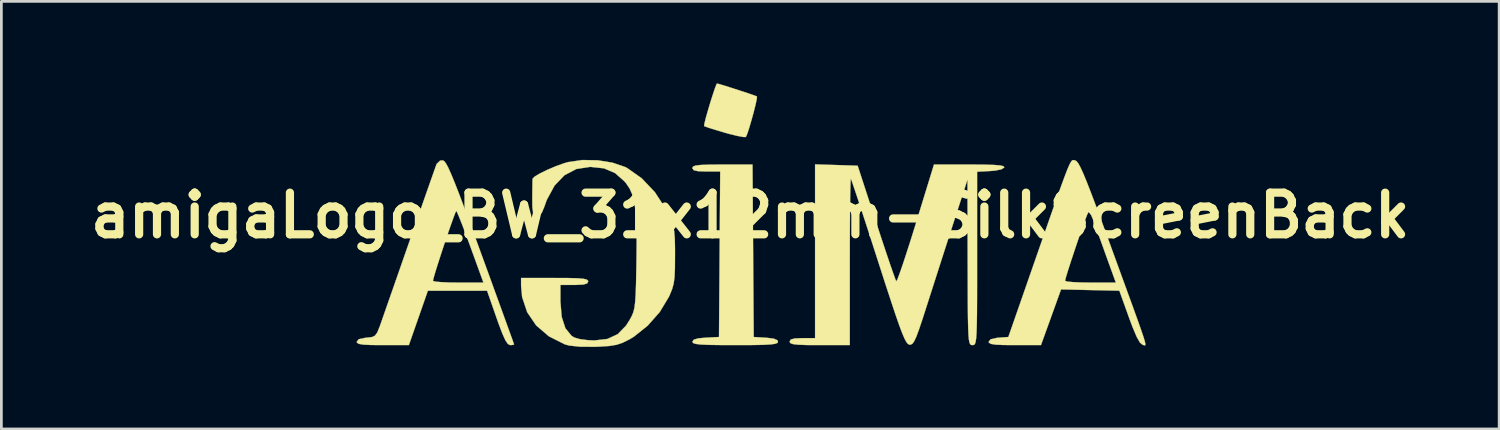
<source format=kicad_pcb>
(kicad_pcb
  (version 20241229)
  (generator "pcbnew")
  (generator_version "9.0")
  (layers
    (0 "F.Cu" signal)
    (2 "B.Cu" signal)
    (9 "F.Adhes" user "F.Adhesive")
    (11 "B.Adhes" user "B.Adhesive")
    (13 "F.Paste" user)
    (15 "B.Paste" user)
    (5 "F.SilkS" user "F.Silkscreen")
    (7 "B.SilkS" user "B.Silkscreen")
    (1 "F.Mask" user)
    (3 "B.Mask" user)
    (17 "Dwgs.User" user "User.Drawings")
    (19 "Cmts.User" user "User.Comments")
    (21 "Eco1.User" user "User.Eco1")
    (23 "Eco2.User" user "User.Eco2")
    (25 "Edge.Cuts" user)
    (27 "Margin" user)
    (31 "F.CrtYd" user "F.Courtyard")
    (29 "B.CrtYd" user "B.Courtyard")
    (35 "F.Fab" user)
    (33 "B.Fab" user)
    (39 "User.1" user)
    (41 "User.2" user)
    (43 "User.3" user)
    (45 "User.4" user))
  (footprint "amigaLogo_BW_31x12mm-SilkScreenBack"
    (layer "F.Cu")
    (at 24.391 4.831)
    (property "Reference" "amigaLogo_BW_31x12mm-SilkScreenBack" (at 0 0 0) (layer "F.SilkS") (effects (font (size 1.524 1.524) (thickness 0.3))))
    (attr through_hole)
    (fp_poly (pts (xy -1.121 -4.802) (xy -0.912 -4.739) (xy -0.635 -4.651) (xy -0.336 -4.554) (xy -0.06 -4.463) (xy 0.149 -4.391) (xy 0.244 -4.354) (xy 0.245 -4.353) (xy 0.239 -4.263) (xy 0.195 -4.058) (xy 0.126 -3.781) (xy 0.043 -3.479) (xy -0.04 -3.196) (xy -0.112 -2.979) (xy -0.16 -2.872) (xy -0.161 -2.871) (xy -0.26 -2.871) (xy -0.48 -2.912) (xy -0.783 -2.987) (xy -0.931 -3.029) (xy -1.257 -3.125) (xy -1.514 -3.206) (xy -1.665 -3.26) (xy -1.688 -3.271) (xy -1.677 -3.357) (xy -1.627 -3.559) (xy -1.549 -3.835) (xy -1.458 -4.141) (xy -1.365 -4.434) (xy -1.285 -4.671) (xy -1.23 -4.808) (xy -1.216 -4.826) (xy -1.121 -4.802)) (stroke (width 0.01) (type solid)) (fill yes) (layer "F.SilkS"))
    (fp_poly (pts (xy 0.105 1.291) (xy 0.127 4.445) (xy 0.572 4.471) (xy 0.855 4.503) (xy 0.993 4.563) (xy 1.016 4.619) (xy 0.992 4.663) (xy 0.906 4.695) (xy 0.737 4.717) (xy 0.464 4.732) (xy 0.066 4.739) (xy -0.478 4.741) (xy -0.55 4.741) (xy -1.112 4.739) (xy -1.526 4.733) (xy -1.812 4.72) (xy -1.992 4.698) (xy -2.086 4.667) (xy -2.116 4.625) (xy -2.117 4.619) (xy -2.064 4.541) (xy -1.89 4.493) (xy -1.63 4.47) (xy -1.143 4.445) (xy -1.121 1.418) (xy -1.099 -1.609) (xy -1.608 -1.609) (xy -1.903 -1.618) (xy -2.062 -1.653) (xy -2.116 -1.72) (xy -2.117 -1.736) (xy -2.092 -1.789) (xy -2.002 -1.825) (xy -1.821 -1.847) (xy -1.524 -1.859) (xy -1.086 -1.863) (xy -1.017 -1.863) (xy 0.083 -1.863) (xy 0.105 1.291)) (stroke (width 0.01) (type solid)) (fill yes) (layer "F.SilkS"))
    (fp_poly (pts (xy 11.856 -2.02) (xy 11.88 -2.015) (xy 11.931 -1.988) (xy 11.993 -1.912) (xy 12.071 -1.773) (xy 12.171 -1.558) (xy 12.298 -1.252) (xy 12.458 -0.843) (xy 12.657 -0.316) (xy 12.9 0.342) (xy 13.194 1.144) (xy 13.224 1.228) (xy 13.532 2.074) (xy 13.787 2.774) (xy 13.994 3.342) (xy 14.156 3.792) (xy 14.278 4.136) (xy 14.365 4.389) (xy 14.42 4.563) (xy 14.448 4.673) (xy 14.453 4.732) (xy 14.44 4.753) (xy 14.413 4.75) (xy 14.377 4.737) (xy 14.347 4.728) (xy 14.253 4.649) (xy 14.134 4.439) (xy 13.984 4.084) (xy 13.85 3.725) (xy 13.501 2.752) (xy 11.368 2.704) (xy 11.001 3.723) (xy 10.633 4.741) (xy 9.677 4.741) (xy 9.251 4.738) (xy 8.968 4.724) (xy 8.804 4.697) (xy 8.731 4.654) (xy 8.721 4.619) (xy 8.795 4.527) (xy 9.024 4.476) (xy 9.081 4.471) (xy 9.44 4.445) (xy 10.156 2.392) (xy 11.515 2.392) (xy 11.594 2.417) (xy 11.808 2.438) (xy 12.123 2.451) (xy 12.443 2.455) (xy 13.372 2.455) (xy 13.027 1.503) (xy 12.878 1.088) (xy 12.736 0.694) (xy 12.619 0.368) (xy 12.554 0.184) (xy 12.467 -0.017) (xy 12.389 -0.115) (xy 12.362 -0.113) (xy 12.317 -0.015) (xy 12.232 0.21) (xy 12.119 0.525) (xy 11.99 0.898) (xy 11.857 1.292) (xy 11.731 1.672) (xy 11.624 2.005) (xy 11.548 2.254) (xy 11.515 2.385) (xy 11.515 2.392) (xy 10.156 2.392) (xy 10.178 2.328) (xy 10.508 1.381) (xy 10.787 0.581) (xy 11.019 -0.084) (xy 11.21 -0.627) (xy 11.365 -1.058) (xy 11.487 -1.392) (xy 11.582 -1.64) (xy 11.655 -1.815) (xy 11.711 -1.929) (xy 11.754 -1.994) (xy 11.789 -2.022) (xy 11.822 -2.027) (xy 11.856 -2.02)) (stroke (width 0.01) (type solid)) (fill yes) (layer "F.SilkS"))
    (fp_poly (pts (xy -11.191 -1.985) (xy -11.127 -1.9) (xy -11.045 -1.747) (xy -10.939 -1.512) (xy -10.804 -1.184) (xy -10.634 -0.748) (xy -10.425 -0.192) (xy -10.17 0.497) (xy -9.865 1.333) (xy -9.857 1.355) (xy -9.597 2.068) (xy -9.357 2.73) (xy -9.141 3.324) (xy -8.956 3.835) (xy -8.808 4.245) (xy -8.702 4.537) (xy -8.646 4.696) (xy -8.638 4.72) (xy -8.706 4.738) (xy -8.784 4.741) (xy -8.864 4.7) (xy -8.956 4.565) (xy -9.069 4.316) (xy -9.214 3.931) (xy -9.279 3.746) (xy -9.626 2.752) (xy -11.791 2.752) (xy -12.139 3.747) (xy -12.487 4.741) (xy -13.44 4.741) (xy -13.866 4.738) (xy -14.147 4.724) (xy -14.311 4.697) (xy -14.384 4.654) (xy -14.393 4.619) (xy -14.317 4.525) (xy -14.084 4.475) (xy -14.04 4.471) (xy -13.853 4.451) (xy -13.733 4.402) (xy -13.645 4.287) (xy -13.556 4.068) (xy -13.494 3.895) (xy -13.418 3.677) (xy -13.295 3.324) (xy -13.133 2.861) (xy -12.969 2.392) (xy -11.605 2.392) (xy -11.524 2.418) (xy -11.308 2.438) (xy -10.992 2.452) (xy -10.679 2.455) (xy -9.759 2.455) (xy -10.235 1.143) (xy -10.396 0.706) (xy -10.539 0.331) (xy -10.653 0.045) (xy -10.728 -0.128) (xy -10.753 -0.166) (xy -10.791 -0.09) (xy -10.868 0.115) (xy -10.975 0.415) (xy -11.099 0.776) (xy -11.23 1.167) (xy -11.356 1.553) (xy -11.467 1.901) (xy -11.552 2.179) (xy -11.599 2.353) (xy -11.605 2.392) (xy -12.969 2.392) (xy -12.941 2.312) (xy -12.729 1.704) (xy -12.504 1.059) (xy -12.415 0.804) (xy -12.196 0.177) (xy -11.993 -0.404) (xy -11.813 -0.918) (xy -11.663 -1.344) (xy -11.551 -1.661) (xy -11.484 -1.849) (xy -11.469 -1.888) (xy -11.343 -2.007) (xy -11.241 -2.015) (xy -11.191 -1.985)) (stroke (width 0.01) (type solid)) (fill yes) (layer "F.SilkS"))
    (fp_poly (pts (xy 3.15 -1.845) (xy 3.929 -1.82) (xy 4.61 0.271) (xy 4.796 0.836) (xy 4.966 1.346) (xy 5.113 1.781) (xy 5.23 2.117) (xy 5.309 2.335) (xy 5.342 2.41) (xy 5.379 2.345) (xy 5.458 2.138) (xy 5.572 1.811) (xy 5.713 1.382) (xy 5.877 0.873) (xy 6.054 0.304) (xy 6.056 0.297) (xy 6.72 -1.863) (xy 8.024 -1.863) (xy 8.541 -1.86) (xy 8.908 -1.849) (xy 9.144 -1.83) (xy 9.266 -1.8) (xy 9.293 -1.758) (xy 9.293 -1.757) (xy 9.189 -1.689) (xy 8.953 -1.64) (xy 8.777 -1.626) (xy 8.297 -1.6) (xy 8.297 1.571) (xy 8.297 2.386) (xy 8.296 3.048) (xy 8.293 3.573) (xy 8.287 3.977) (xy 8.277 4.274) (xy 8.264 4.483) (xy 8.244 4.618) (xy 8.219 4.695) (xy 8.187 4.731) (xy 8.147 4.741) (xy 8.128 4.741) (xy 8.084 4.737) (xy 8.048 4.713) (xy 8.019 4.652) (xy 7.997 4.54) (xy 7.981 4.358) (xy 7.97 4.092) (xy 7.962 3.724) (xy 7.957 3.238) (xy 7.955 2.618) (xy 7.953 1.847) (xy 7.952 1.714) (xy 7.946 -1.312) (xy 7.451 0.212) (xy 7.247 0.842) (xy 7.016 1.559) (xy 6.781 2.292) (xy 6.564 2.968) (xy 6.476 3.243) (xy 6.305 3.775) (xy 6.174 4.165) (xy 6.074 4.434) (xy 5.995 4.603) (xy 5.929 4.694) (xy 5.866 4.726) (xy 5.821 4.725) (xy 5.77 4.7) (xy 5.712 4.631) (xy 5.643 4.504) (xy 5.557 4.302) (xy 5.448 4.012) (xy 5.311 3.619) (xy 5.141 3.108) (xy 4.93 2.465) (xy 4.683 1.698) (xy 4.464 1.018) (xy 4.261 0.39) (xy 4.078 -0.168) (xy 3.923 -0.639) (xy 3.801 -1.003) (xy 3.719 -1.244) (xy 3.681 -1.342) (xy 3.68 -1.343) (xy 3.671 -1.271) (xy 3.663 -1.048) (xy 3.655 -0.693) (xy 3.649 -0.224) (xy 3.645 0.341) (xy 3.642 0.982) (xy 3.641 1.679) (xy 3.641 4.741) (xy 2.54 4.741) (xy 2.082 4.739) (xy 1.767 4.728) (xy 1.572 4.707) (xy 1.472 4.673) (xy 1.44 4.622) (xy 1.439 4.614) (xy 1.481 4.538) (xy 1.628 4.498) (xy 1.905 4.487) (xy 2.371 4.487) (xy 2.371 -1.869) (xy 3.15 -1.845)) (stroke (width 0.01) (type solid)) (fill yes) (layer "F.SilkS"))
    (fp_poly (pts (xy -5.578 -2.018) (xy -5.033 -1.93) (xy -4.569 -1.77) (xy -4.503 -1.736) (xy -3.968 -1.359) (xy -3.488 -0.852) (xy -3.097 -0.254) (xy -3.021 -0.104) (xy -2.906 0.149) (xy -2.829 0.36) (xy -2.783 0.574) (xy -2.76 0.837) (xy -2.752 1.195) (xy -2.752 1.482) (xy -2.755 1.929) (xy -2.769 2.251) (xy -2.801 2.492) (xy -2.858 2.697) (xy -2.946 2.911) (xy -2.979 2.982) (xy -3.31 3.531) (xy -3.754 4.033) (xy -4.259 4.436) (xy -4.422 4.533) (xy -4.663 4.653) (xy -4.887 4.729) (xy -5.151 4.773) (xy -5.509 4.797) (xy -5.673 4.803) (xy -6.216 4.801) (xy -6.618 4.758) (xy -6.783 4.714) (xy -7.367 4.419) (xy -7.829 4.023) (xy -8.158 3.54) (xy -8.344 2.985) (xy -8.382 2.569) (xy -8.382 2.286) (xy -7.154 2.286) (xy -6.667 2.288) (xy -6.324 2.297) (xy -6.104 2.315) (xy -5.981 2.344) (xy -5.931 2.388) (xy -5.927 2.413) (xy -5.966 2.487) (xy -6.104 2.526) (xy -6.373 2.54) (xy -6.435 2.54) (xy -6.943 2.54) (xy -6.943 3.154) (xy -6.897 3.708) (xy -6.762 4.124) (xy -6.539 4.399) (xy -6.435 4.464) (xy -6.235 4.522) (xy -5.941 4.561) (xy -5.706 4.571) (xy -5.226 4.517) (xy -4.848 4.342) (xy -4.541 4.026) (xy -4.403 3.807) (xy -4.331 3.672) (xy -4.277 3.54) (xy -4.238 3.386) (xy -4.211 3.181) (xy -4.192 2.9) (xy -4.178 2.516) (xy -4.168 2.002) (xy -4.162 1.693) (xy -4.155 0.957) (xy -4.163 0.368) (xy -4.188 -0.098) (xy -4.236 -0.463) (xy -4.308 -0.749) (xy -4.409 -0.979) (xy -4.541 -1.176) (xy -4.599 -1.246) (xy -4.947 -1.552) (xy -5.35 -1.724) (xy -5.849 -1.778) (xy -5.853 -1.778) (xy -6.359 -1.7) (xy -6.796 -1.471) (xy -7.158 -1.093) (xy -7.441 -0.572) (xy -7.534 -0.313) (xy -7.624 -0.098) (xy -7.73 -0.017) (xy -7.807 -0.016) (xy -7.895 -0.046) (xy -7.946 -0.128) (xy -7.969 -0.298) (xy -7.973 -0.595) (xy -7.973 -0.656) (xy -7.97 -0.967) (xy -7.966 -1.21) (xy -7.963 -1.337) (xy -7.963 -1.341) (xy -7.887 -1.421) (xy -7.692 -1.538) (xy -7.42 -1.671) (xy -7.113 -1.801) (xy -6.812 -1.909) (xy -6.66 -1.953) (xy -6.142 -2.028) (xy -5.578 -2.018)) (stroke (width 0.01) (type solid)) (fill yes) (layer "F.SilkS")))
  (gr_rect
    (start -3 -3)
    (end 51.783 12.639)
    (stroke (width 0.1) (type default))
    (fill no)
    (layer "Edge.Cuts")))
</source>
